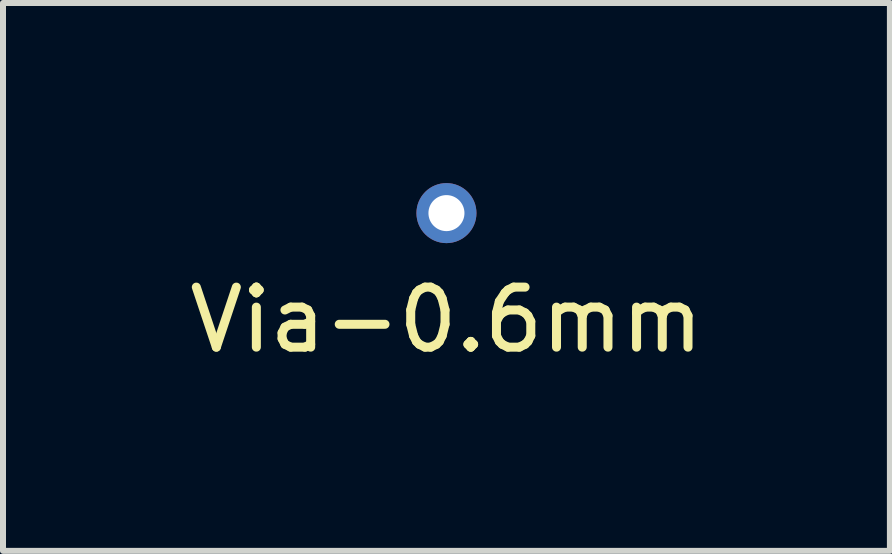
<source format=kicad_pcb>
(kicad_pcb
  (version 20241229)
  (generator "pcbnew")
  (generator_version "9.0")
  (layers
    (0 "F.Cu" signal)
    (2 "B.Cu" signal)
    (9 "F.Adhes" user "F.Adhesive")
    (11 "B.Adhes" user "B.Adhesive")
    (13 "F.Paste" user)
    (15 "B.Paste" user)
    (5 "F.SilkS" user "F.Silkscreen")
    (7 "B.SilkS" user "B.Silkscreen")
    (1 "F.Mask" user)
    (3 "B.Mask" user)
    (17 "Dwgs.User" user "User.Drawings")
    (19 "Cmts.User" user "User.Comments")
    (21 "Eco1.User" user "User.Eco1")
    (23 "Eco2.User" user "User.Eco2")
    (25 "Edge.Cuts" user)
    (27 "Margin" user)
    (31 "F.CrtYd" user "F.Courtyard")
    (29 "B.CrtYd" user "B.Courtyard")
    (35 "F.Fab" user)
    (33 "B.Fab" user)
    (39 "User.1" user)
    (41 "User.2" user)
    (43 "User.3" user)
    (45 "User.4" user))
  (footprint "Via-0.6mm"
    (layer "F.Cu")
    (at 4.387 0.5)
    (property "Reference" "Via-0.6mm" (at 0 1.778 0) (layer "F.SilkS") (effects (font (size 1 1) (thickness 0.15))))
    (attr through_hole)
    (pad "1" thru_hole circle (at 0 0) (size 1 1) (drill 0.6) (layers "*.Cu")))
  (gr_rect
    (start -3 -3)
    (end 11.774 6.126)
    (stroke (width 0.1) (type default))
    (fill no)
    (layer "Edge.Cuts")))
</source>
